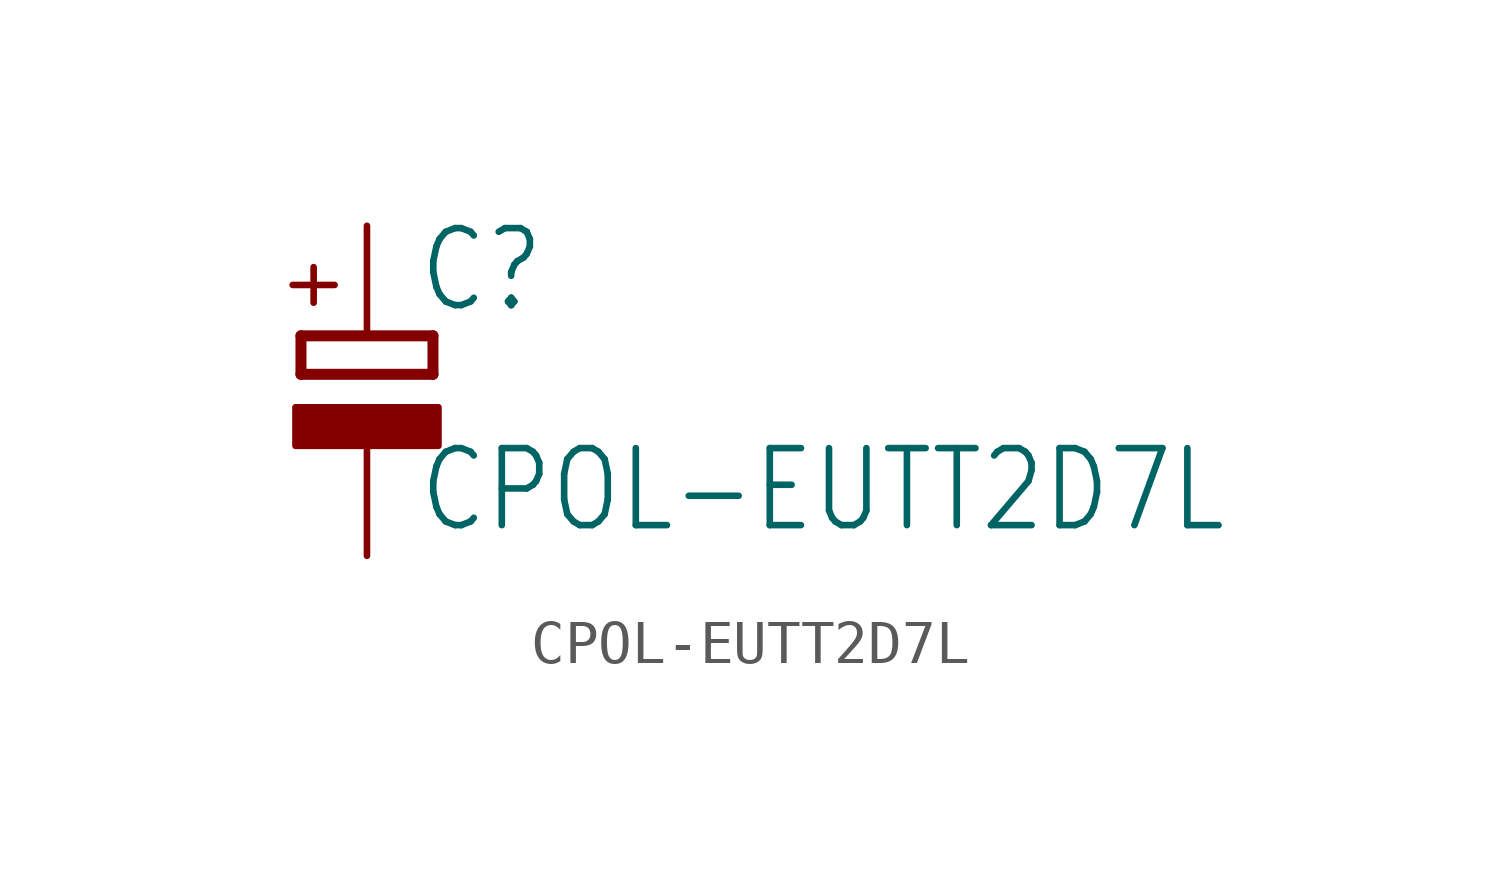
<source format=kicad_sym>
(kicad_symbol_lib
  (version 20220331)
  (generator kicad_symbol_editor)
  (symbol "CPOL-EUTT2D7L"
    (property "Reference" "C"
      (at 1.143 0.483 0)
      (effects (font (size 1.778 1.511)) (justify left bottom)))
    (property "Value" "CPOL-EUTT2D7L"
      (at 1.143 -4.597 0)
      (effects (font (size 1.778 1.511)) (justify left bottom)))
    (property "ki_locked" ""
      (at 0 0 0)
      (effects (font (size 1.27 1.27))))
    (symbol "CPOL-EUTT2D7L_1_0"
      (rectangle (start -1.651 -2.54) (end 1.651 -1.651) (stroke (width 0) (type default)) (fill (type outline)))
      (polyline (pts (xy -1.524 -0.889) (xy 1.524 -0.889)) (stroke (width 0.254) (type solid)) (fill (type none)))
      (polyline (pts (xy -1.524 0) (xy -1.524 -0.889)) (stroke (width 0.254) (type solid)) (fill (type none)))
      (polyline (pts (xy -1.524 0) (xy 1.524 0)) (stroke (width 0.254) (type solid)) (fill (type none)))
      (polyline (pts (xy 1.524 -0.889) (xy 1.524 0)) (stroke (width 0.254) (type solid)) (fill (type none)))
      (text "+" (at -0.584 0.406 900) (effects (font (size 1.27 1.079)) (justify left bottom)))
      (pin passive line (at 0 2.54 270) (length 2.54) (name "+" (effects (font (size 0 0)))) (number "+" (effects (font (size 0 0)))))
      (pin passive line (at 0 -5.08 90) (length 2.54) (name "-" (effects (font (size 0 0)))) (number "-" (effects (font (size 0 0))))))))
</source>
